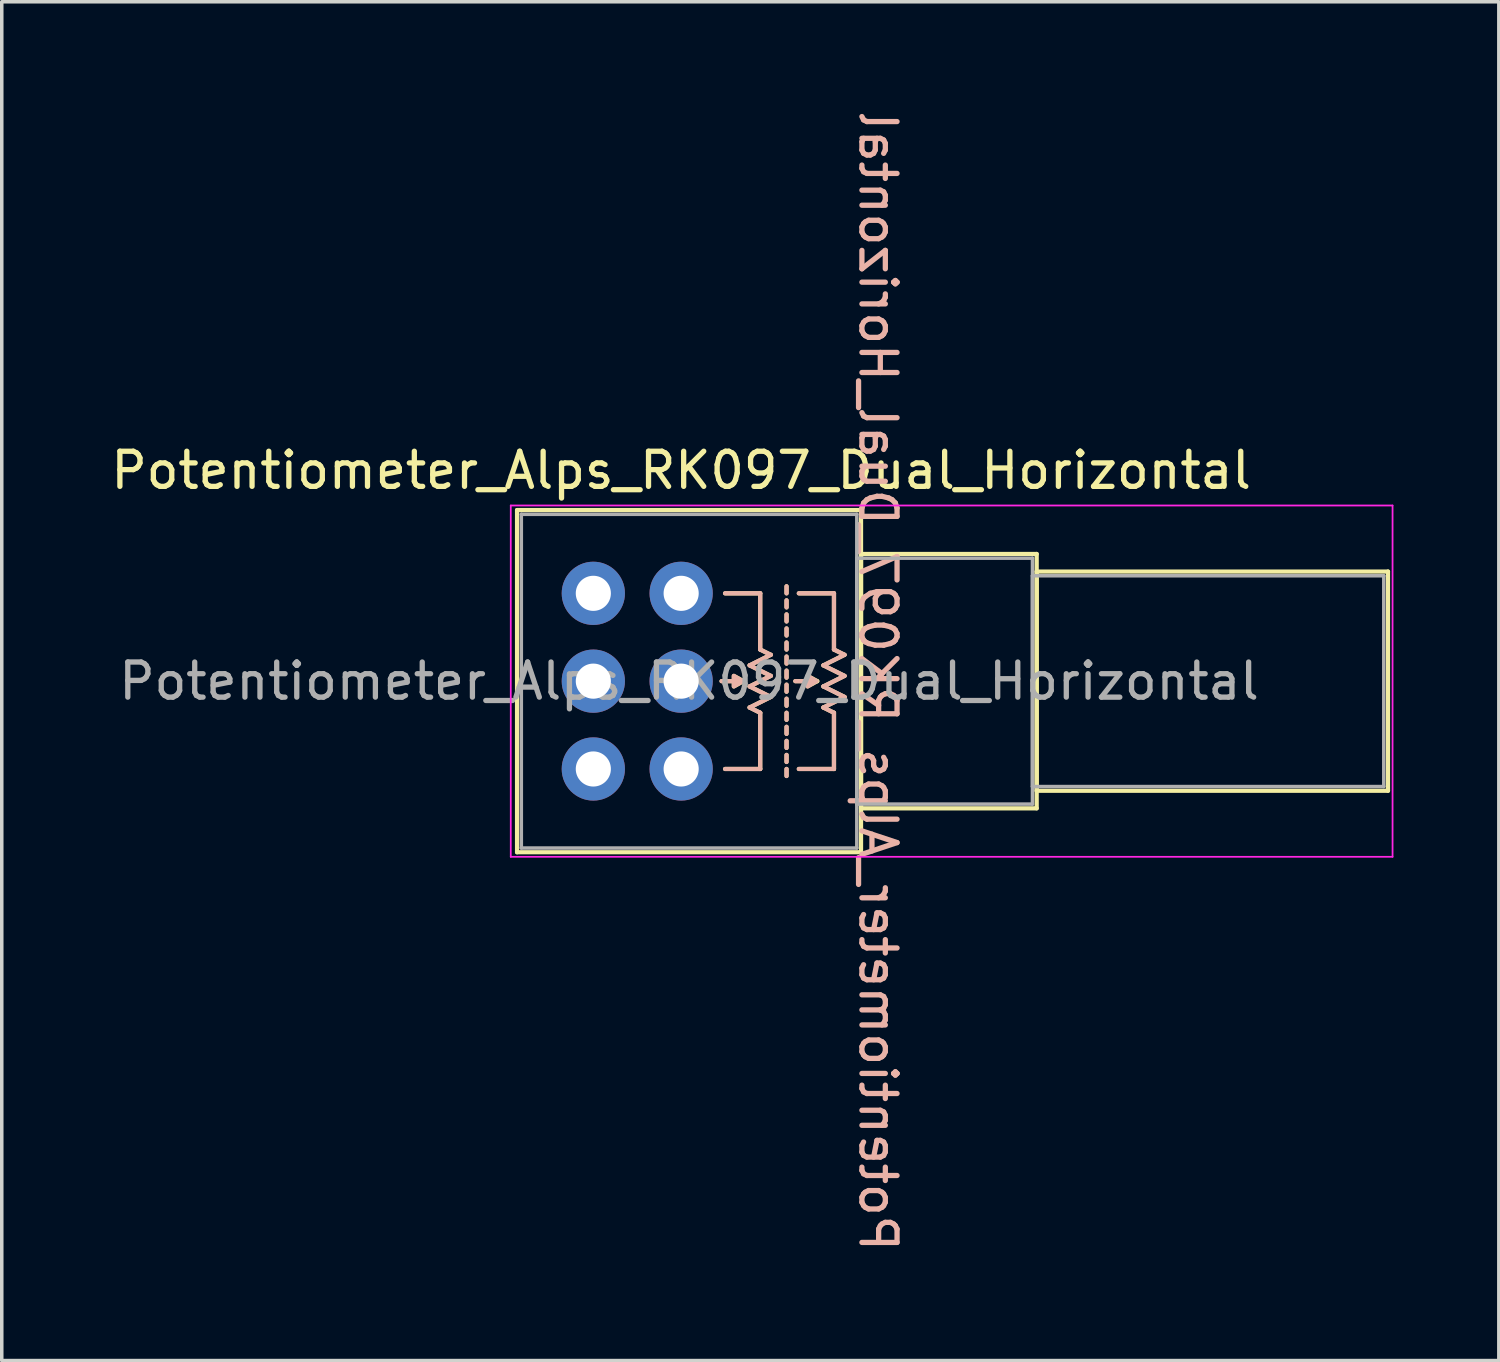
<source format=kicad_pcb>
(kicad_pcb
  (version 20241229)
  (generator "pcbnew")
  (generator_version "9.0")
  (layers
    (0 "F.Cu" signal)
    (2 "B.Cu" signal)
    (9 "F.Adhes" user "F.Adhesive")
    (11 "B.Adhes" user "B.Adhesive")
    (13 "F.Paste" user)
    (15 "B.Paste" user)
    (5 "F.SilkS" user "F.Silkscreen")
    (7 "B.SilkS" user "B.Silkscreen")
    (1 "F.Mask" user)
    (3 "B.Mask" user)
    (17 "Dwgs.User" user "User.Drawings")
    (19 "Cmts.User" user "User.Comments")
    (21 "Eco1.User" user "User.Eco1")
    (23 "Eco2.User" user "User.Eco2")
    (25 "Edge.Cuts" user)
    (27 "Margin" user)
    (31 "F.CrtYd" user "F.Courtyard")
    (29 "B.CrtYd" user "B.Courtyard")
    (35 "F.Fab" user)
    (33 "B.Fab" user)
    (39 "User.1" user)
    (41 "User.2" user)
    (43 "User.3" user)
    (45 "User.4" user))
  (footprint "Potentiometer_Alps_RK097_Dual_Horizontal"
    (layer "F.Cu")
    (at 16.339 18.839)
    (property "Reference" "Potentiometer_Alps_RK097_Dual_Horizontal" (at 0 -8.5 0) (layer "F.SilkS") (effects (font (size 1 1) (thickness 0.15))))
    (attr through_hole)
    (fp_line (start -4.671 -7.37) (end -4.671 2.37) (stroke (width 0.12) (type solid)) (layer "F.SilkS"))
    (fp_line (start -4.671 -7.37) (end 5.12 -7.37) (stroke (width 0.12) (type solid)) (layer "F.SilkS"))
    (fp_line (start -4.671 2.37) (end 5.12 2.37) (stroke (width 0.12) (type solid)) (layer "F.SilkS"))
    (fp_line (start 1.775 -2.5) (end 1.15 -2.5) (stroke (width 0.12) (type solid)) (layer "F.SilkS"))
    (fp_line (start 1.95 -2.95) (end 2.55 -3.25) (stroke (width 0.12) (type solid)) (layer "F.SilkS"))
    (fp_line (start 1.95 -2.35) (end 2.55 -2.65) (stroke (width 0.12) (type solid)) (layer "F.SilkS"))
    (fp_line (start 1.95 -1.75) (end 2.55 -2.05) (stroke (width 0.12) (type solid)) (layer "F.SilkS"))
    (fp_line (start 2.25 -5) (end 1.25 -5) (stroke (width 0.12) (type solid)) (layer "F.SilkS"))
    (fp_line (start 2.25 -3.4) (end 2.25 -5) (stroke (width 0.12) (type solid)) (layer "F.SilkS"))
    (fp_line (start 2.25 -1.6) (end 1.95 -1.75) (stroke (width 0.12) (type solid)) (layer "F.SilkS"))
    (fp_line (start 2.25 -1.6) (end 2.25 0) (stroke (width 0.12) (type solid)) (layer "F.SilkS"))
    (fp_line (start 2.25 0) (end 1.25 0) (stroke (width 0.12) (type solid)) (layer "F.SilkS"))
    (fp_line (start 2.55 -3.25) (end 2.25 -3.4) (stroke (width 0.12) (type solid)) (layer "F.SilkS"))
    (fp_line (start 2.55 -2.65) (end 1.95 -2.95) (stroke (width 0.12) (type solid)) (layer "F.SilkS"))
    (fp_line (start 2.55 -2.05) (end 1.95 -2.35) (stroke (width 0.12) (type solid)) (layer "F.SilkS"))
    (fp_line (start 3 -5.2) (end 3 -5) (stroke (width 0.12) (type solid)) (layer "F.SilkS"))
    (fp_line (start 3 -4.8) (end 3 -4.6) (stroke (width 0.12) (type solid)) (layer "F.SilkS"))
    (fp_line (start 3 -4.4) (end 3 -4.2) (stroke (width 0.12) (type solid)) (layer "F.SilkS"))
    (fp_line (start 3 -4) (end 3 -3.8) (stroke (width 0.12) (type solid)) (layer "F.SilkS"))
    (fp_line (start 3 -3.6) (end 3 -3.4) (stroke (width 0.12) (type solid)) (layer "F.SilkS"))
    (fp_line (start 3 -3) (end 3 -3.2) (stroke (width 0.12) (type solid)) (layer "F.SilkS"))
    (fp_line (start 3 -2.8) (end 3 -2.6) (stroke (width 0.12) (type solid)) (layer "F.SilkS"))
    (fp_line (start 3 -2.4) (end 3 -2.2) (stroke (width 0.12) (type solid)) (layer "F.SilkS"))
    (fp_line (start 3 -2) (end 3 -1.8) (stroke (width 0.12) (type solid)) (layer "F.SilkS"))
    (fp_line (start 3 -1.6) (end 3 -1.4) (stroke (width 0.12) (type solid)) (layer "F.SilkS"))
    (fp_line (start 3 -1.2) (end 3 -1) (stroke (width 0.12) (type solid)) (layer "F.SilkS"))
    (fp_line (start 3 -0.8) (end 3 -0.6) (stroke (width 0.12) (type solid)) (layer "F.SilkS"))
    (fp_line (start 3 -0.4) (end 3 -0.2) (stroke (width 0.12) (type solid)) (layer "F.SilkS"))
    (fp_line (start 3 0) (end 3 0.2) (stroke (width 0.12) (type solid)) (layer "F.SilkS"))
    (fp_line (start 3.875 -2.5) (end 3.25 -2.5) (stroke (width 0.12) (type solid)) (layer "F.SilkS"))
    (fp_line (start 4.05 -2.95) (end 4.65 -3.25) (stroke (width 0.12) (type solid)) (layer "F.SilkS"))
    (fp_line (start 4.05 -2.35) (end 4.65 -2.65) (stroke (width 0.12) (type solid)) (layer "F.SilkS"))
    (fp_line (start 4.05 -1.75) (end 4.65 -2.05) (stroke (width 0.12) (type solid)) (layer "F.SilkS"))
    (fp_line (start 4.35 -5) (end 3.35 -5) (stroke (width 0.12) (type solid)) (layer "F.SilkS"))
    (fp_line (start 4.35 -3.4) (end 4.35 -5) (stroke (width 0.12) (type solid)) (layer "F.SilkS"))
    (fp_line (start 4.35 -1.6) (end 4.05 -1.75) (stroke (width 0.12) (type solid)) (layer "F.SilkS"))
    (fp_line (start 4.35 -1.6) (end 4.35 0) (stroke (width 0.12) (type solid)) (layer "F.SilkS"))
    (fp_line (start 4.35 0) (end 3.35 0) (stroke (width 0.12) (type solid)) (layer "F.SilkS"))
    (fp_line (start 4.65 -3.25) (end 4.35 -3.4) (stroke (width 0.12) (type solid)) (layer "F.SilkS"))
    (fp_line (start 4.65 -2.65) (end 4.05 -2.95) (stroke (width 0.12) (type solid)) (layer "F.SilkS"))
    (fp_line (start 4.65 -2.05) (end 4.05 -2.35) (stroke (width 0.12) (type solid)) (layer "F.SilkS"))
    (fp_line (start 5.12 -7.37) (end 5.12 2.37) (stroke (width 0.12) (type solid)) (layer "F.SilkS"))
    (fp_line (start 5.12 -6.12) (end 5.12 1.12) (stroke (width 0.12) (type solid)) (layer "F.SilkS"))
    (fp_line (start 5.12 -6.12) (end 10.12 -6.12) (stroke (width 0.12) (type solid)) (layer "F.SilkS"))
    (fp_line (start 5.12 1.12) (end 10.12 1.12) (stroke (width 0.12) (type solid)) (layer "F.SilkS"))
    (fp_line (start 10.12 -6.12) (end 10.12 1.12) (stroke (width 0.12) (type solid)) (layer "F.SilkS"))
    (fp_line (start 10.12 -5.62) (end 10.12 0.62) (stroke (width 0.12) (type solid)) (layer "F.SilkS"))
    (fp_line (start 10.12 -5.62) (end 20.12 -5.62) (stroke (width 0.12) (type solid)) (layer "F.SilkS"))
    (fp_line (start 10.12 0.62) (end 20.12 0.62) (stroke (width 0.12) (type solid)) (layer "F.SilkS"))
    (fp_line (start 20.12 -5.62) (end 20.12 0.62) (stroke (width 0.12) (type solid)) (layer "F.SilkS"))
    (fp_poly (pts (xy 1.775 -2.5) (xy 1.5 -2.35) (xy 1.5 -2.65)) (stroke (width 0.12) (type solid)) (fill yes) (layer "F.SilkS"))
    (fp_poly (pts (xy 3.875 -2.5) (xy 3.6 -2.35) (xy 3.6 -2.65)) (stroke (width 0.12) (type solid)) (fill yes) (layer "F.SilkS"))
    (fp_line (start 1.15 -2.5) (end 1.75 -2.5) (stroke (width 0.12) (type solid)) (layer "B.SilkS"))
    (fp_line (start 1.25 -5) (end 2.25 -5) (stroke (width 0.12) (type solid)) (layer "B.SilkS"))
    (fp_line (start 1.95 -2.95) (end 2.55 -2.65) (stroke (width 0.12) (type solid)) (layer "B.SilkS"))
    (fp_line (start 1.95 -2.35) (end 2.55 -2.05) (stroke (width 0.12) (type solid)) (layer "B.SilkS"))
    (fp_line (start 1.95 -1.75) (end 2.25 -1.6) (stroke (width 0.12) (type solid)) (layer "B.SilkS"))
    (fp_line (start 2.25 -5) (end 2.25 -3.4) (stroke (width 0.12) (type solid)) (layer "B.SilkS"))
    (fp_line (start 2.25 -3.4) (end 2.55 -3.25) (stroke (width 0.12) (type solid)) (layer "B.SilkS"))
    (fp_line (start 2.25 -1.6) (end 2.25 0) (stroke (width 0.12) (type solid)) (layer "B.SilkS"))
    (fp_line (start 2.25 0) (end 1.25 0) (stroke (width 0.12) (type solid)) (layer "B.SilkS"))
    (fp_line (start 2.55 -3.25) (end 1.95 -2.95) (stroke (width 0.12) (type solid)) (layer "B.SilkS"))
    (fp_line (start 2.55 -2.65) (end 1.95 -2.35) (stroke (width 0.12) (type solid)) (layer "B.SilkS"))
    (fp_line (start 2.55 -2.05) (end 1.95 -1.75) (stroke (width 0.12) (type solid)) (layer "B.SilkS"))
    (fp_line (start 3 -5.2) (end 3 -5) (stroke (width 0.12) (type solid)) (layer "B.SilkS"))
    (fp_line (start 3 -4.8) (end 3 -4.6) (stroke (width 0.12) (type solid)) (layer "B.SilkS"))
    (fp_line (start 3 -4.4) (end 3 -4.2) (stroke (width 0.12) (type solid)) (layer "B.SilkS"))
    (fp_line (start 3 -4) (end 3 -3.8) (stroke (width 0.12) (type solid)) (layer "B.SilkS"))
    (fp_line (start 3 -3.6) (end 3 -3.4) (stroke (width 0.12) (type solid)) (layer "B.SilkS"))
    (fp_line (start 3 -3.2) (end 3 -3) (stroke (width 0.12) (type solid)) (layer "B.SilkS"))
    (fp_line (start 3 -2.8) (end 3 -2.6) (stroke (width 0.12) (type solid)) (layer "B.SilkS"))
    (fp_line (start 3 -2.4) (end 3 -2.2) (stroke (width 0.12) (type solid)) (layer "B.SilkS"))
    (fp_line (start 3 -2) (end 3 -1.8) (stroke (width 0.12) (type solid)) (layer "B.SilkS"))
    (fp_line (start 3 -1.6) (end 3 -1.4) (stroke (width 0.12) (type solid)) (layer "B.SilkS"))
    (fp_line (start 3 -1.2) (end 3 -1) (stroke (width 0.12) (type solid)) (layer "B.SilkS"))
    (fp_line (start 3 -0.8) (end 3 -0.6) (stroke (width 0.12) (type solid)) (layer "B.SilkS"))
    (fp_line (start 3 -0.4) (end 3 -0.2) (stroke (width 0.12) (type solid)) (layer "B.SilkS"))
    (fp_line (start 3 0) (end 3 0.2) (stroke (width 0.12) (type solid)) (layer "B.SilkS"))
    (fp_line (start 3.25 -2.5) (end 3.85 -2.5) (stroke (width 0.12) (type solid)) (layer "B.SilkS"))
    (fp_line (start 3.35 -5) (end 4.35 -5) (stroke (width 0.12) (type solid)) (layer "B.SilkS"))
    (fp_line (start 4.05 -2.95) (end 4.65 -2.65) (stroke (width 0.12) (type solid)) (layer "B.SilkS"))
    (fp_line (start 4.05 -2.35) (end 4.65 -2.05) (stroke (width 0.12) (type solid)) (layer "B.SilkS"))
    (fp_line (start 4.05 -1.75) (end 4.35 -1.6) (stroke (width 0.12) (type solid)) (layer "B.SilkS"))
    (fp_line (start 4.35 -5) (end 4.35 -3.4) (stroke (width 0.12) (type solid)) (layer "B.SilkS"))
    (fp_line (start 4.35 -3.4) (end 4.65 -3.25) (stroke (width 0.12) (type solid)) (layer "B.SilkS"))
    (fp_line (start 4.35 -1.6) (end 4.35 0) (stroke (width 0.12) (type solid)) (layer "B.SilkS"))
    (fp_line (start 4.35 0) (end 3.35 0) (stroke (width 0.12) (type solid)) (layer "B.SilkS"))
    (fp_line (start 4.65 -3.25) (end 4.05 -2.95) (stroke (width 0.12) (type solid)) (layer "B.SilkS"))
    (fp_line (start 4.65 -2.65) (end 4.05 -2.35) (stroke (width 0.12) (type solid)) (layer "B.SilkS"))
    (fp_line (start 4.65 -2.05) (end 4.05 -1.75) (stroke (width 0.12) (type solid)) (layer "B.SilkS"))
    (fp_poly (pts (xy 1.75 -2.5) (xy 1.5 -2.35) (xy 1.5 -2.65)) (stroke (width 0.12) (type solid)) (fill yes) (layer "B.SilkS"))
    (fp_poly (pts (xy 3.85 -2.5) (xy 3.6 -2.35) (xy 3.6 -2.65)) (stroke (width 0.12) (type solid)) (fill yes) (layer "B.SilkS"))
    (fp_line (start -4.85 -7.5) (end -4.85 2.5) (stroke (width 0.05) (type solid)) (layer "F.CrtYd"))
    (fp_line (start -4.85 2.5) (end 20.25 2.5) (stroke (width 0.05) (type solid)) (layer "F.CrtYd"))
    (fp_line (start 20.25 -7.5) (end -4.85 -7.5) (stroke (width 0.05) (type solid)) (layer "F.CrtYd"))
    (fp_line (start 20.25 2.5) (end 20.25 -7.5) (stroke (width 0.05) (type solid)) (layer "F.CrtYd"))
    (fp_line (start -4.55 -7.25) (end -4.55 2.25) (stroke (width 0.1) (type solid)) (layer "F.Fab"))
    (fp_line (start -4.55 2.25) (end 5 2.25) (stroke (width 0.1) (type solid)) (layer "F.Fab"))
    (fp_line (start 5 -7.25) (end -4.55 -7.25) (stroke (width 0.1) (type solid)) (layer "F.Fab"))
    (fp_line (start 5 -6) (end 5 1) (stroke (width 0.1) (type solid)) (layer "F.Fab"))
    (fp_line (start 5 1) (end 10 1) (stroke (width 0.1) (type solid)) (layer "F.Fab"))
    (fp_line (start 5 2.25) (end 5 -7.25) (stroke (width 0.1) (type solid)) (layer "F.Fab"))
    (fp_line (start 10 -6) (end 5 -6) (stroke (width 0.1) (type solid)) (layer "F.Fab"))
    (fp_line (start 10 -5.5) (end 10 0.5) (stroke (width 0.1) (type solid)) (layer "F.Fab"))
    (fp_line (start 10 0.5) (end 20 0.5) (stroke (width 0.1) (type solid)) (layer "F.Fab"))
    (fp_line (start 10 1) (end 10 -6) (stroke (width 0.1) (type solid)) (layer "F.Fab"))
    (fp_line (start 20 -5.5) (end 10 -5.5) (stroke (width 0.1) (type solid)) (layer "F.Fab"))
    (fp_line (start 20 0.5) (end 20 -5.5) (stroke (width 0.1) (type solid)) (layer "F.Fab"))
    (fp_text user "${REFERENCE}" (at 5.6 -2.5 270) (unlocked yes) (layer "B.SilkS") (effects (font (size 1 1) (thickness 0.15)) (justify mirror)))
    (fp_text user "${REFERENCE}" (at 0.225 -2.5 0) (layer "F.Fab") (effects (font (size 1 1) (thickness 0.15))))
    (pad "1" thru_hole circle (at 0 0) (size 1.8 1.8) (drill 1) (layers "*.Cu" "*.Mask"))
    (pad "2" thru_hole circle (at 0 -2.5) (size 1.8 1.8) (drill 1) (layers "*.Cu" "*.Mask"))
    (pad "3" thru_hole circle (at 0 -5) (size 1.8 1.8) (drill 1) (layers "*.Cu" "*.Mask"))
    (pad "4" thru_hole circle (at -2.5 0) (size 1.8 1.8) (drill 1) (layers "*.Cu" "*.Mask"))
    (pad "5" thru_hole circle (at -2.5 -2.5) (size 1.8 1.8) (drill 1) (layers "*.Cu" "*.Mask"))
    (pad "6" thru_hole circle (at -2.5 -5) (size 1.8 1.8) (drill 1) (layers "*.Cu" "*.Mask")))
  (gr_rect
    (start -3 -3)
    (end 39.614 35.679)
    (stroke (width 0.1) (type default))
    (fill no)
    (layer "Edge.Cuts")))
</source>
